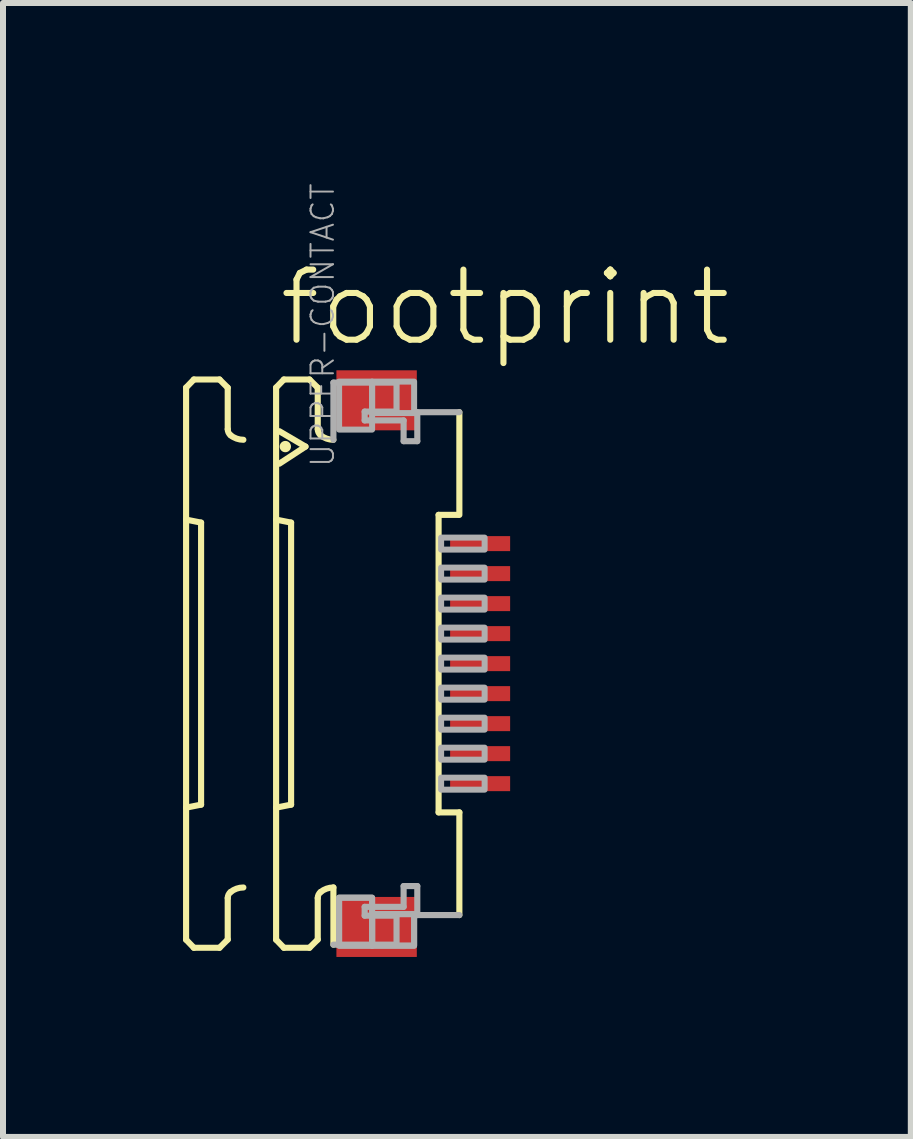
<source format=kicad_pcb>
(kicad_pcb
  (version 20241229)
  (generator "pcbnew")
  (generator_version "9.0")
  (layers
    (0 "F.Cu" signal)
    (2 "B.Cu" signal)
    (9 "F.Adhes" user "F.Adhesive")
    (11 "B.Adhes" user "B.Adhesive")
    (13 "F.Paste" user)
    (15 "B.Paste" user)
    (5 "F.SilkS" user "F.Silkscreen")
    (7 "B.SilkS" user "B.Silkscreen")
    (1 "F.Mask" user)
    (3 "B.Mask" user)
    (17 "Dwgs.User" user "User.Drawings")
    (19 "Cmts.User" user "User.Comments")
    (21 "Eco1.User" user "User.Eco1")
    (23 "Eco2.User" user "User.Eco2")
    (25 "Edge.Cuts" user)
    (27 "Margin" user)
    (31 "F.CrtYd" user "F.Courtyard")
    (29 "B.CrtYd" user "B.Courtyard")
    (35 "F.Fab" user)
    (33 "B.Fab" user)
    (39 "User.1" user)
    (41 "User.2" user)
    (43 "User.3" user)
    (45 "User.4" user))
  (footprint "footprint"
    (layer "F.Cu")
    (at 3.046 8.009)
    (property "Reference" "footprint" (at -1.5 -5.25 0) (layer "F.SilkS") (effects (font (size 1.168 1.168) (thickness 0.102)) (justify left bottom)))
    (fp_poly (pts (xy 1.355 -1.825) (xy 2.455 -1.825) (xy 2.455 -2.175) (xy 1.355 -2.175)) (stroke (width 0) (type solid)) (fill yes) (layer "F.Mask"))
    (fp_poly (pts (xy 1.355 -1.325) (xy 2.455 -1.325) (xy 2.455 -1.675) (xy 1.355 -1.675)) (stroke (width 0) (type solid)) (fill yes) (layer "F.Mask"))
    (fp_poly (pts (xy 1.355 -0.825) (xy 2.455 -0.825) (xy 2.455 -1.175) (xy 1.355 -1.175)) (stroke (width 0) (type solid)) (fill yes) (layer "F.Mask"))
    (fp_poly (pts (xy 1.355 -0.325) (xy 2.455 -0.325) (xy 2.455 -0.675) (xy 1.355 -0.675)) (stroke (width 0) (type solid)) (fill yes) (layer "F.Mask"))
    (fp_poly (pts (xy 1.355 0.175) (xy 2.455 0.175) (xy 2.455 -0.175) (xy 1.355 -0.175)) (stroke (width 0) (type solid)) (fill yes) (layer "F.Mask"))
    (fp_poly (pts (xy 1.355 0.675) (xy 2.455 0.675) (xy 2.455 0.325) (xy 1.355 0.325)) (stroke (width 0) (type solid)) (fill yes) (layer "F.Mask"))
    (fp_poly (pts (xy 1.355 1.175) (xy 2.455 1.175) (xy 2.455 0.825) (xy 1.355 0.825)) (stroke (width 0) (type solid)) (fill yes) (layer "F.Mask"))
    (fp_poly (pts (xy 1.355 1.675) (xy 2.455 1.675) (xy 2.455 1.325) (xy 1.355 1.325)) (stroke (width 0) (type solid)) (fill yes) (layer "F.Mask"))
    (fp_poly (pts (xy 1.355 2.175) (xy 2.455 2.175) (xy 2.455 1.825) (xy 1.355 1.825)) (stroke (width 0) (type solid)) (fill yes) (layer "F.Mask"))
    (fp_line (start -2.995 -4.6) (end -2.865 -4.735) (stroke (width 0.102) (type solid)) (layer "F.SilkS"))
    (fp_line (start -2.995 -2.4) (end -2.745 -2.35) (stroke (width 0.102) (type solid)) (layer "F.SilkS"))
    (fp_line (start -2.995 4.6) (end -2.995 -4.6) (stroke (width 0.102) (type solid)) (layer "F.SilkS"))
    (fp_line (start -2.995 4.6) (end -2.865 4.735) (stroke (width 0.102) (type solid)) (layer "F.SilkS"))
    (fp_line (start -2.865 -4.735) (end -2.438 -4.735) (stroke (width 0.102) (type solid)) (layer "F.SilkS"))
    (fp_line (start -2.865 4.735) (end -2.438 4.735) (stroke (width 0.102) (type solid)) (layer "F.SilkS"))
    (fp_line (start -2.745 2.35) (end -2.995 2.4) (stroke (width 0.102) (type solid)) (layer "F.SilkS"))
    (fp_line (start -2.745 2.35) (end -2.745 -2.35) (stroke (width 0.102) (type solid)) (layer "F.SilkS"))
    (fp_line (start -2.438 -4.735) (end -2.301 -4.598) (stroke (width 0.102) (type solid)) (layer "F.SilkS"))
    (fp_line (start -2.438 4.735) (end -2.301 4.598) (stroke (width 0.102) (type solid)) (layer "F.SilkS"))
    (fp_line (start -2.301 -4.598) (end -2.301 -3.906) (stroke (width 0.102) (type solid)) (layer "F.SilkS"))
    (fp_line (start -2.301 4.598) (end -2.301 3.906) (stroke (width 0.102) (type solid)) (layer "F.SilkS"))
    (fp_line (start -1.495 -4.6) (end -1.365 -4.735) (stroke (width 0.102) (type solid)) (layer "F.SilkS"))
    (fp_line (start -1.495 -2.4) (end -1.245 -2.35) (stroke (width 0.102) (type solid)) (layer "F.SilkS"))
    (fp_line (start -1.495 4.6) (end -1.495 -4.6) (stroke (width 0.102) (type solid)) (layer "F.SilkS"))
    (fp_line (start -1.495 4.6) (end -1.365 4.735) (stroke (width 0.102) (type solid)) (layer "F.SilkS"))
    (fp_line (start -1.441 -3.873) (end -1.005 -3.617) (stroke (width 0.102) (type solid)) (layer "F.SilkS"))
    (fp_line (start -1.365 -4.735) (end -0.939 -4.735) (stroke (width 0.102) (type solid)) (layer "F.SilkS"))
    (fp_line (start -1.365 4.735) (end -0.939 4.735) (stroke (width 0.102) (type solid)) (layer "F.SilkS"))
    (fp_line (start -1.245 2.35) (end -1.495 2.4) (stroke (width 0.102) (type solid)) (layer "F.SilkS"))
    (fp_line (start -1.245 2.35) (end -1.245 -2.35) (stroke (width 0.102) (type solid)) (layer "F.SilkS"))
    (fp_line (start -1.005 -3.617) (end -1.441 -3.332) (stroke (width 0.102) (type solid)) (layer "F.SilkS"))
    (fp_line (start -0.939 -4.735) (end -0.801 -4.598) (stroke (width 0.102) (type solid)) (layer "F.SilkS"))
    (fp_line (start -0.939 4.735) (end -0.801 4.598) (stroke (width 0.102) (type solid)) (layer "F.SilkS"))
    (fp_line (start -0.801 -4.598) (end -0.801 -3.906) (stroke (width 0.102) (type solid)) (layer "F.SilkS"))
    (fp_line (start -0.801 4.598) (end -0.801 3.906) (stroke (width 0.102) (type solid)) (layer "F.SilkS"))
    (fp_line (start -0.54 3.73) (end -0.54 4.683) (stroke (width 0.102) (type solid)) (layer "F.SilkS"))
    (fp_line (start 1.213 2.479) (end 1.213 -2.479) (stroke (width 0.102) (type solid)) (layer "F.SilkS"))
    (fp_line (start 1.538 -2.479) (end 1.213 -2.479) (stroke (width 0.102) (type solid)) (layer "F.SilkS"))
    (fp_line (start 1.559 -4.19) (end 1.559 -2.479) (stroke (width 0.102) (type solid)) (layer "F.SilkS"))
    (fp_line (start 1.559 2.479) (end 1.213 2.479) (stroke (width 0.102) (type solid)) (layer "F.SilkS"))
    (fp_line (start 1.559 4.19) (end 1.559 2.479) (stroke (width 0.102) (type solid)) (layer "F.SilkS"))
    (fp_arc (start -2.301 3.9057) (mid -2.288538 3.850596) (end -2.2536 3.806199) (stroke (width 0.1016) (type solid)) (layer "F.SilkS"))
    (fp_arc (start -2.2536 -3.806199) (mid -2.288538 -3.850596) (end -2.301 -3.9057) (stroke (width 0.1016) (type solid)) (layer "F.SilkS"))
    (fp_arc (start -2.2536 3.8062) (mid -2.153476 3.749935) (end -2.0403 3.730399) (stroke (width 0.1016) (type solid)) (layer "F.SilkS"))
    (fp_arc (start -2.0403 -3.730399) (mid -2.153476 -3.749935) (end -2.2536 -3.8062) (stroke (width 0.1016) (type solid)) (layer "F.SilkS"))
    (fp_arc (start -0.801 3.9057) (mid -0.788538 3.850596) (end -0.7536 3.806199) (stroke (width 0.1016) (type solid)) (layer "F.SilkS"))
    (fp_arc (start -0.7536 -3.806199) (mid -0.788538 -3.850596) (end -0.801 -3.9057) (stroke (width 0.1016) (type solid)) (layer "F.SilkS"))
    (fp_arc (start -0.7536 3.8062) (mid -0.653476 3.749935) (end -0.5403 3.730399) (stroke (width 0.1016) (type solid)) (layer "F.SilkS"))
    (fp_arc (start -0.5403 -3.730399) (mid -0.653476 -3.749935) (end -0.7536 -3.8062) (stroke (width 0.1016) (type solid)) (layer "F.SilkS"))
    (fp_circle (center -1.341 -3.617) (end -1.294 -3.617) (stroke (width 0.095) (type solid)) (fill yes) (layer "F.SilkS"))
    (fp_line (start -0.54 -4.683) (end 0.512 -4.683) (stroke (width 0.102) (type solid)) (layer "F.Fab"))
    (fp_line (start -0.54 -3.73) (end -0.54 -4.683) (stroke (width 0.102) (type solid)) (layer "F.Fab"))
    (fp_line (start -0.54 4.683) (end 0.512 4.683) (stroke (width 0.102) (type solid)) (layer "F.Fab"))
    (fp_line (start -0.019 -4.2) (end -0.019 -4.053) (stroke (width 0.102) (type solid)) (layer "F.Fab"))
    (fp_line (start -0.019 -4.053) (end 0.63 -4.053) (stroke (width 0.102) (type solid)) (layer "F.Fab"))
    (fp_line (start -0.019 4.053) (end 0.63 4.053) (stroke (width 0.102) (type solid)) (layer "F.Fab"))
    (fp_line (start -0.019 4.2) (end -0.019 4.053) (stroke (width 0.102) (type solid)) (layer "F.Fab"))
    (fp_line (start 0.512 -4.683) (end 0.512 -4.2) (stroke (width 0.102) (type solid)) (layer "F.Fab"))
    (fp_line (start 0.512 -4.2) (end -0.019 -4.2) (stroke (width 0.102) (type solid)) (layer "F.Fab"))
    (fp_line (start 0.512 4.2) (end -0.019 4.2) (stroke (width 0.102) (type solid)) (layer "F.Fab"))
    (fp_line (start 0.512 4.683) (end 0.512 4.2) (stroke (width 0.102) (type solid)) (layer "F.Fab"))
    (fp_line (start 0.63 -4.053) (end 0.63 -3.707) (stroke (width 0.102) (type solid)) (layer "F.Fab"))
    (fp_line (start 0.63 -3.707) (end 0.858 -3.707) (stroke (width 0.102) (type solid)) (layer "F.Fab"))
    (fp_line (start 0.63 3.707) (end 0.858 3.707) (stroke (width 0.102) (type solid)) (layer "F.Fab"))
    (fp_line (start 0.63 4.053) (end 0.63 3.707) (stroke (width 0.102) (type solid)) (layer "F.Fab"))
    (fp_line (start 0.858 -4.19) (end 1.559 -4.19) (stroke (width 0.102) (type solid)) (layer "F.Fab"))
    (fp_line (start 0.858 -3.707) (end 0.858 -4.19) (stroke (width 0.102) (type solid)) (layer "F.Fab"))
    (fp_line (start 0.858 3.707) (end 0.858 4.19) (stroke (width 0.102) (type solid)) (layer "F.Fab"))
    (fp_line (start 0.858 4.19) (end 1.559 4.19) (stroke (width 0.102) (type solid)) (layer "F.Fab"))
    (fp_poly (pts (xy -0.445 -3.9) (xy 0.105 -3.9) (xy 0.105 -4.7) (xy -0.445 -4.7)) (stroke (width 0.1) (type solid)) (fill no) (layer "F.Fab"))
    (fp_poly (pts (xy -0.445 4.7) (xy 0.105 4.7) (xy 0.105 3.9) (xy -0.445 3.9)) (stroke (width 0.1) (type solid)) (fill no) (layer "F.Fab"))
    (fp_poly (pts (xy -0.445 4.7) (xy 0.105 4.7) (xy 0.105 3.9) (xy -0.445 3.9)) (stroke (width 0.1) (type solid)) (fill no) (layer "F.Fab"))
    (fp_poly (pts (xy 0.105 -4.175) (xy 0.805 -4.175) (xy 0.805 -4.7) (xy 0.105 -4.7)) (stroke (width 0.1) (type solid)) (fill no) (layer "F.Fab"))
    (fp_poly (pts (xy 0.105 4.7) (xy 0.805 4.7) (xy 0.805 4.175) (xy 0.105 4.175)) (stroke (width 0.1) (type solid)) (fill no) (layer "F.Fab"))
    (fp_poly (pts (xy 0.105 4.7) (xy 0.805 4.7) (xy 0.805 4.175) (xy 0.105 4.175)) (stroke (width 0.1) (type solid)) (fill no) (layer "F.Fab"))
    (fp_poly (pts (xy 1.255 -1.9) (xy 1.98 -1.9) (xy 1.98 -2.1) (xy 1.255 -2.1)) (stroke (width 0.1) (type solid)) (fill no) (layer "F.Fab"))
    (fp_poly (pts (xy 1.255 -1.4) (xy 1.98 -1.4) (xy 1.98 -1.6) (xy 1.255 -1.6)) (stroke (width 0.1) (type solid)) (fill no) (layer "F.Fab"))
    (fp_poly (pts (xy 1.255 -0.9) (xy 1.98 -0.9) (xy 1.98 -1.1) (xy 1.255 -1.1)) (stroke (width 0.1) (type solid)) (fill no) (layer "F.Fab"))
    (fp_poly (pts (xy 1.255 -0.4) (xy 1.98 -0.4) (xy 1.98 -0.6) (xy 1.255 -0.6)) (stroke (width 0.1) (type solid)) (fill no) (layer "F.Fab"))
    (fp_poly (pts (xy 1.255 0.1) (xy 1.98 0.1) (xy 1.98 -0.1) (xy 1.255 -0.1)) (stroke (width 0.1) (type solid)) (fill no) (layer "F.Fab"))
    (fp_poly (pts (xy 1.255 0.6) (xy 1.98 0.6) (xy 1.98 0.4) (xy 1.255 0.4)) (stroke (width 0.1) (type solid)) (fill no) (layer "F.Fab"))
    (fp_poly (pts (xy 1.255 1.1) (xy 1.98 1.1) (xy 1.98 0.9) (xy 1.255 0.9)) (stroke (width 0.1) (type solid)) (fill no) (layer "F.Fab"))
    (fp_poly (pts (xy 1.255 1.6) (xy 1.98 1.6) (xy 1.98 1.4) (xy 1.255 1.4)) (stroke (width 0.1) (type solid)) (fill no) (layer "F.Fab"))
    (fp_poly (pts (xy 1.255 2.1) (xy 1.98 2.1) (xy 1.98 1.9) (xy 1.255 1.9)) (stroke (width 0.1) (type solid)) (fill no) (layer "F.Fab"))
    (fp_text user "UPPER-CONTACT" (at -0.5 -3.25 270) (layer "F.Fab") (effects (font (size 0.374 0.374) (thickness 0.033)) (justify left bottom)))
    (pad "1" smd rect (at 1.905 -2) (size 1 0.25) (layers "F.Cu" "F.Paste"))
    (pad "2" smd rect (at 1.905 -1.5) (size 1 0.25) (layers "F.Cu" "F.Paste"))
    (pad "3" smd rect (at 1.905 -1) (size 1 0.25) (layers "F.Cu" "F.Paste"))
    (pad "4" smd rect (at 1.905 -0.5) (size 1 0.25) (layers "F.Cu" "F.Paste"))
    (pad "5" smd rect (at 1.905 0) (size 1 0.25) (layers "F.Cu" "F.Paste"))
    (pad "6" smd rect (at 1.905 0.5) (size 1 0.25) (layers "F.Cu" "F.Paste"))
    (pad "7" smd rect (at 1.905 1) (size 1 0.25) (layers "F.Cu" "F.Paste"))
    (pad "8" smd rect (at 1.905 1.5) (size 1 0.25) (layers "F.Cu" "F.Paste"))
    (pad "9" smd rect (at 1.905 2) (size 1 0.25) (layers "F.Cu" "F.Paste"))
    (pad "M1" smd rect (at 0.18 -4.388) (size 1.34 1) (layers "F.Cu" "F.Mask" "F.Paste"))
    (pad "M2" smd rect (at 0.18 4.388) (size 1.34 1) (layers "F.Cu" "F.Mask" "F.Paste")))
  (gr_rect
    (start -3 -3)
    (end 12.128 15.896)
    (stroke (width 0.1) (type default))
    (fill no)
    (layer "Edge.Cuts")))
</source>
